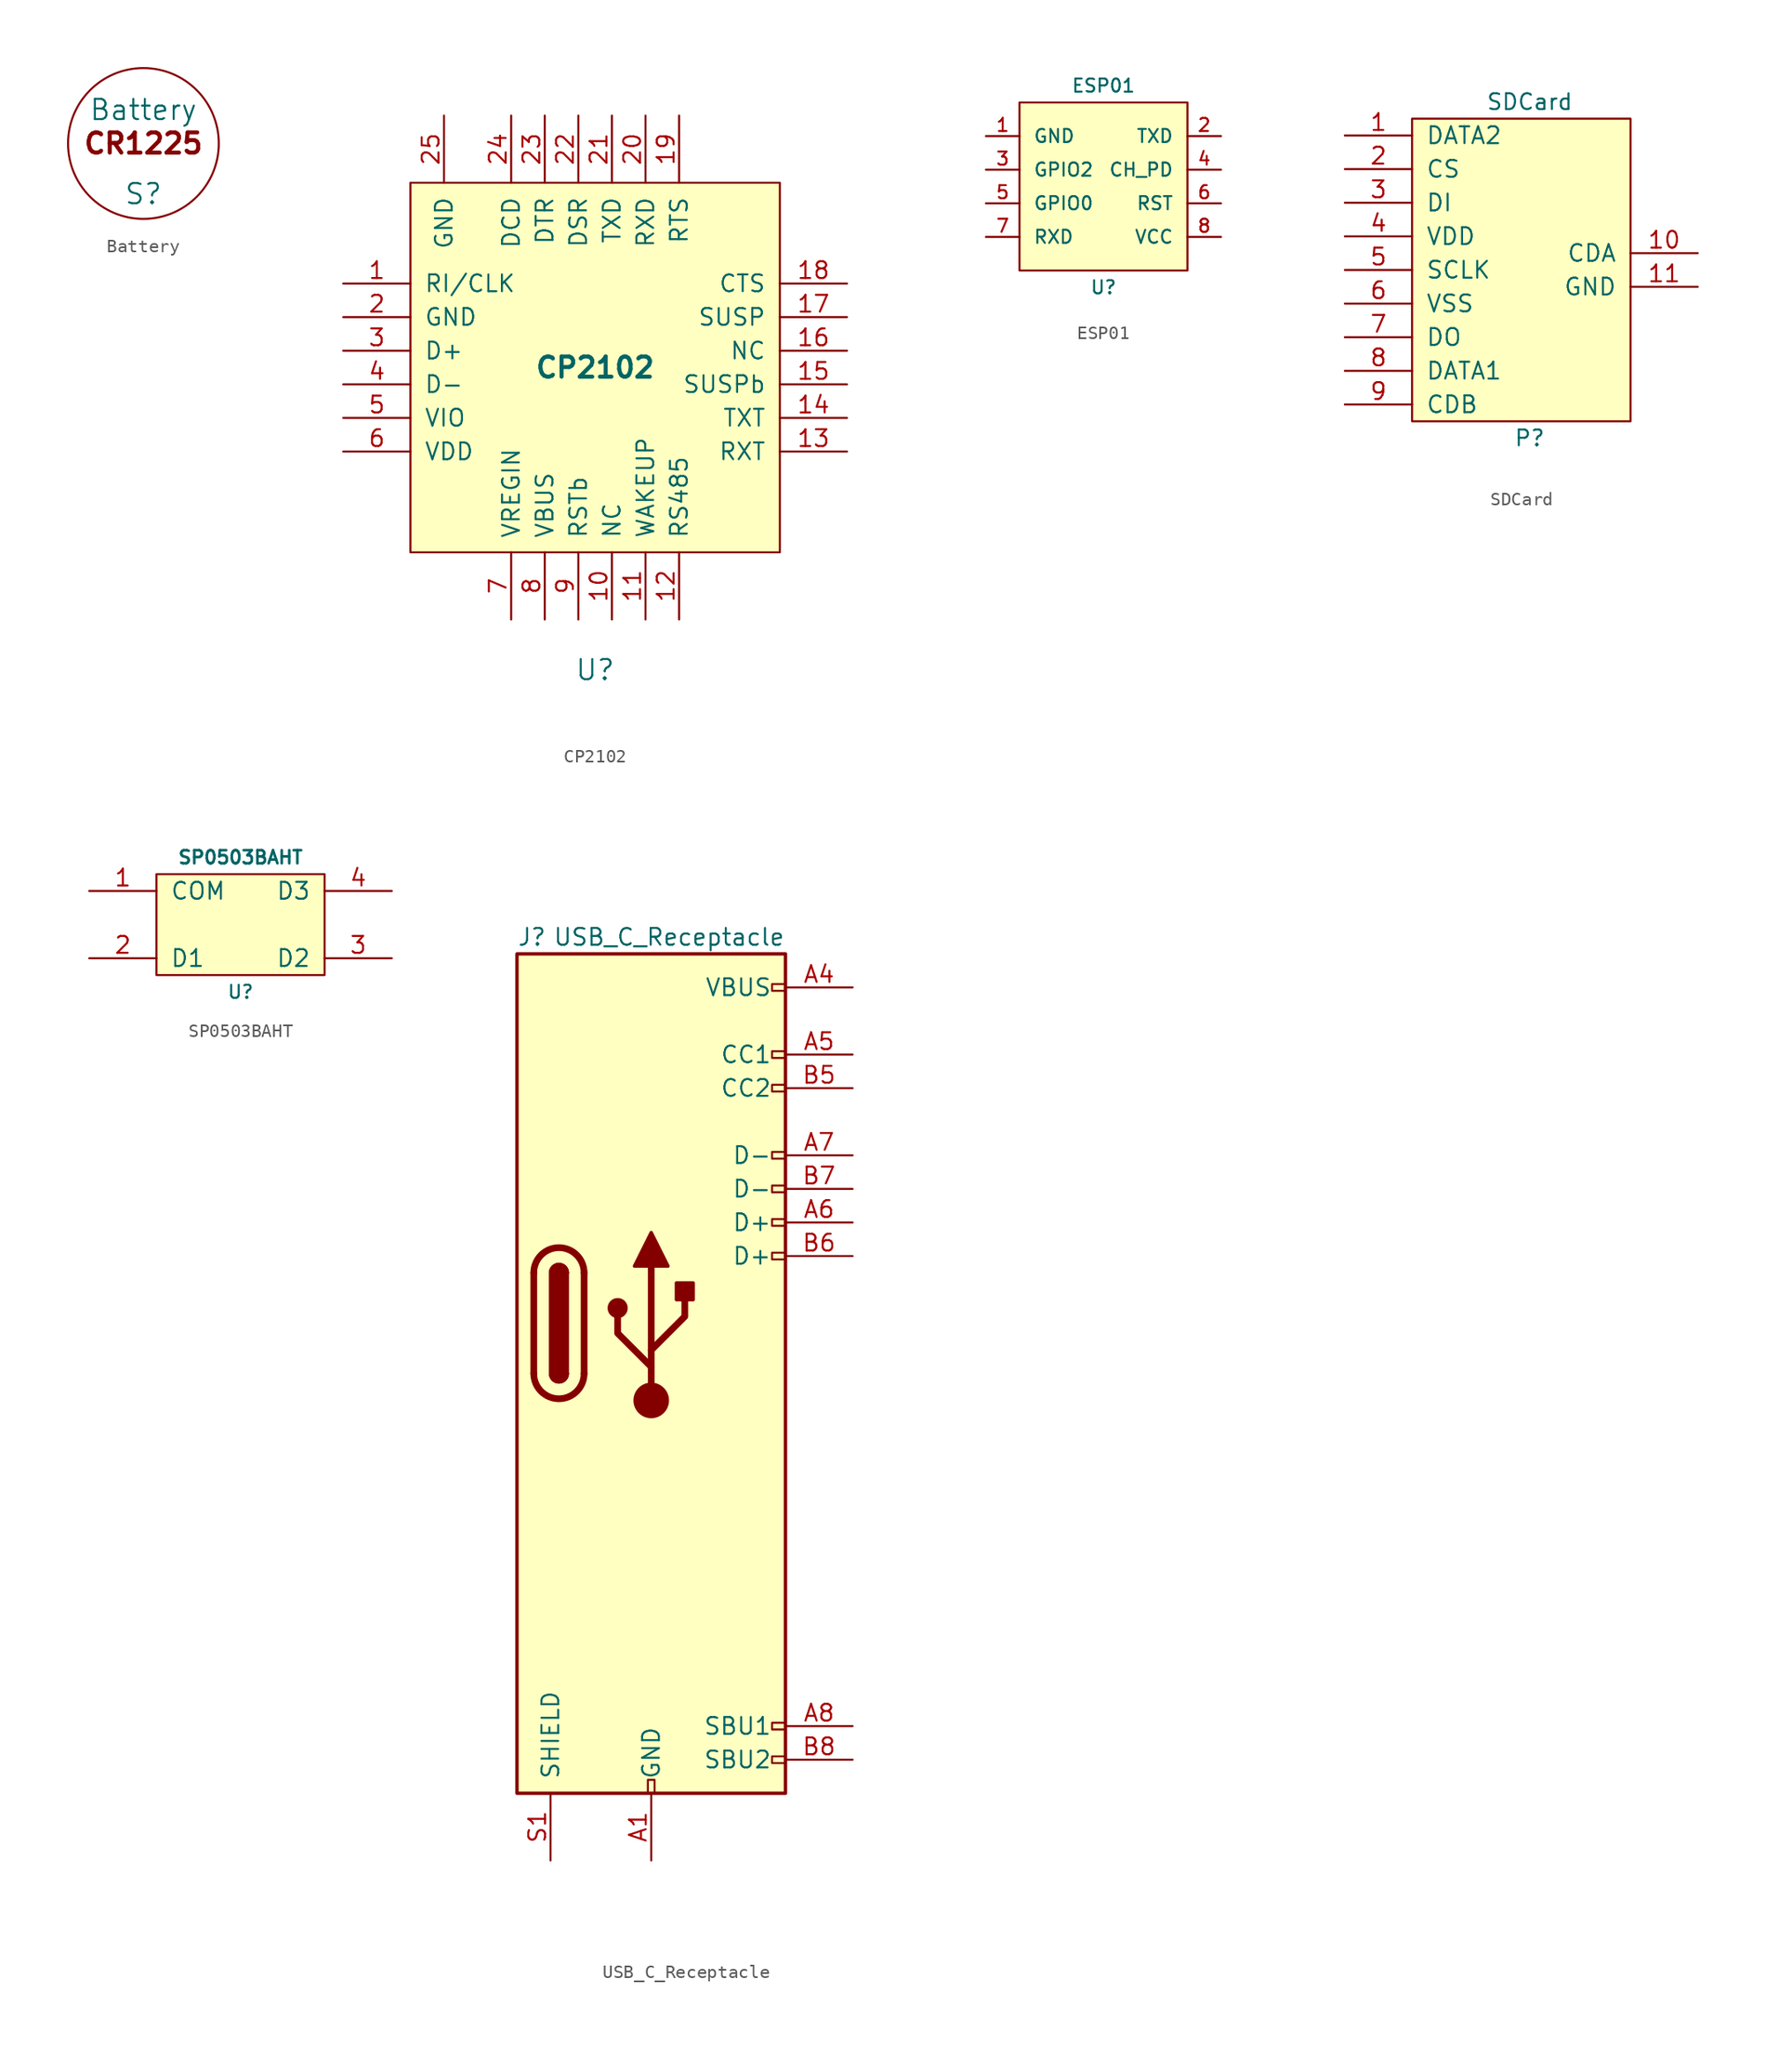
<source format=kicad_sym>
(kicad_symbol_lib
  (version 20220914)
  (generator kicad_symbol_editor)
  (symbol "Battery"
    (pin_names
      (offset 1.016))
    (property "Reference" "S"
      (at 0 -3.81 0)
      (effects (font (size 1.524 1.524))))
    (property "Value" "Battery"
      (at 0 2.54 0)
      (effects (font (size 1.524 1.524))))
    (symbol "Battery_0_0"
      (circle (center 0 0) (radius 5.69) (stroke (width 0) (type default)) (fill (type none)))
      (text "CR1225" (at 0 0 0) (effects (font (size 1.524 1.524) bold)))))
  (symbol "CP2102"
    (pin_names
      (offset 1.016))
    (property "Reference" "U"
      (at 0 -22.86 0)
      (effects (font (size 1.524 1.524))))
    (property "Value" "CP2102"
      (at 0 0 0)
      (effects (font (size 1.524 1.524) bold)))
    (symbol "CP2102_0_1"
      (rectangle (start -13.97 13.97) (end 13.97 -13.97) (stroke (width 0) (type default)) (fill (type background))))
    (symbol "CP2102_1_1"
      (pin input line (at -19.05 6.35 0) (length 5.08) (name "RI/CLK" (effects (font (size 1.27 1.27)))) (number "1" (effects (font (size 1.27 1.27)))))
      (pin input line (at 1.27 -19.05 90) (length 5.08) (name "NC" (effects (font (size 1.27 1.27)))) (number "10" (effects (font (size 1.27 1.27)))))
      (pin input line (at 3.81 -19.05 90) (length 5.08) (name "WAKEUP" (effects (font (size 1.27 1.27)))) (number "11" (effects (font (size 1.27 1.27)))))
      (pin input line (at 6.35 -19.05 90) (length 5.08) (name "RS485" (effects (font (size 1.27 1.27)))) (number "12" (effects (font (size 1.27 1.27)))))
      (pin input line (at 19.05 -6.35 180) (length 5.08) (name "RXT" (effects (font (size 1.27 1.27)))) (number "13" (effects (font (size 1.27 1.27)))))
      (pin input line (at 19.05 -3.81 180) (length 5.08) (name "TXT" (effects (font (size 1.27 1.27)))) (number "14" (effects (font (size 1.27 1.27)))))
      (pin input line (at 19.05 -1.27 180) (length 5.08) (name "SUSPb" (effects (font (size 1.27 1.27)))) (number "15" (effects (font (size 1.27 1.27)))))
      (pin input line (at 19.05 1.27 180) (length 5.08) (name "NC" (effects (font (size 1.27 1.27)))) (number "16" (effects (font (size 1.27 1.27)))))
      (pin input line (at 19.05 3.81 180) (length 5.08) (name "SUSP" (effects (font (size 1.27 1.27)))) (number "17" (effects (font (size 1.27 1.27)))))
      (pin input line (at 19.05 6.35 180) (length 5.08) (name "CTS" (effects (font (size 1.27 1.27)))) (number "18" (effects (font (size 1.27 1.27)))))
      (pin input line (at 6.35 19.05 270) (length 5.08) (name "RTS" (effects (font (size 1.27 1.27)))) (number "19" (effects (font (size 1.27 1.27)))))
      (pin input line (at -19.05 3.81 0) (length 5.08) (name "GND" (effects (font (size 1.27 1.27)))) (number "2" (effects (font (size 1.27 1.27)))))
      (pin input line (at 3.81 19.05 270) (length 5.08) (name "RXD" (effects (font (size 1.27 1.27)))) (number "20" (effects (font (size 1.27 1.27)))))
      (pin input line (at 1.27 19.05 270) (length 5.08) (name "TXD" (effects (font (size 1.27 1.27)))) (number "21" (effects (font (size 1.27 1.27)))))
      (pin input line (at -1.27 19.05 270) (length 5.08) (name "DSR" (effects (font (size 1.27 1.27)))) (number "22" (effects (font (size 1.27 1.27)))))
      (pin input line (at -3.81 19.05 270) (length 5.08) (name "DTR" (effects (font (size 1.27 1.27)))) (number "23" (effects (font (size 1.27 1.27)))))
      (pin input line (at -6.35 19.05 270) (length 5.08) (name "DCD" (effects (font (size 1.27 1.27)))) (number "24" (effects (font (size 1.27 1.27)))))
      (pin input line (at -11.43 19.05 270) (length 5.08) (name "GND" (effects (font (size 1.27 1.27)))) (number "25" (effects (font (size 1.27 1.27)))))
      (pin input line (at -19.05 1.27 0) (length 5.08) (name "D+" (effects (font (size 1.27 1.27)))) (number "3" (effects (font (size 1.27 1.27)))))
      (pin input line (at -19.05 -1.27 0) (length 5.08) (name "D-" (effects (font (size 1.27 1.27)))) (number "4" (effects (font (size 1.27 1.27)))))
      (pin input line (at -19.05 -3.81 0) (length 5.08) (name "VIO" (effects (font (size 1.27 1.27)))) (number "5" (effects (font (size 1.27 1.27)))))
      (pin input line (at -19.05 -6.35 0) (length 5.08) (name "VDD" (effects (font (size 1.27 1.27)))) (number "6" (effects (font (size 1.27 1.27)))))
      (pin input line (at -6.35 -19.05 90) (length 5.08) (name "VREGIN" (effects (font (size 1.27 1.27)))) (number "7" (effects (font (size 1.27 1.27)))))
      (pin input line (at -3.81 -19.05 90) (length 5.08) (name "VBUS" (effects (font (size 1.27 1.27)))) (number "8" (effects (font (size 1.27 1.27)))))
      (pin input line (at -1.27 -19.05 90) (length 5.08) (name "RSTb" (effects (font (size 1.27 1.27)))) (number "9" (effects (font (size 1.27 1.27)))))))
  (symbol "ESP01"
    (pin_names
      (offset 1.016))
    (property "Reference" "U"
      (at 0 -7.62 0)
      (effects (font (size 0.991 0.991))))
    (property "Value" "ESP01"
      (at 0 7.62 0)
      (effects (font (size 0.991 0.991))))
    (symbol "ESP01_0_1"
      (rectangle (start -6.35 6.35) (end 6.35 -6.35) (stroke (width 0) (type default)) (fill (type background))))
    (symbol "ESP01_1_1"
      (pin input line (at -8.89 3.81 0) (length 2.54) (name "GND" (effects (font (size 0.991 0.991)))) (number "1" (effects (font (size 0.991 0.991)))))
      (pin input line (at 8.89 3.81 180) (length 2.54) (name "TXD" (effects (font (size 0.991 0.991)))) (number "2" (effects (font (size 0.991 0.991)))))
      (pin input line (at -8.89 1.27 0) (length 2.54) (name "GPIO2" (effects (font (size 0.991 0.991)))) (number "3" (effects (font (size 0.991 0.991)))))
      (pin input line (at 8.89 1.27 180) (length 2.54) (name "CH_PD" (effects (font (size 0.991 0.991)))) (number "4" (effects (font (size 0.991 0.991)))))
      (pin input line (at -8.89 -1.27 0) (length 2.54) (name "GPIO0" (effects (font (size 0.991 0.991)))) (number "5" (effects (font (size 0.991 0.991)))))
      (pin input line (at 8.89 -1.27 180) (length 2.54) (name "RST" (effects (font (size 0.991 0.991)))) (number "6" (effects (font (size 0.991 0.991)))))
      (pin input line (at -8.89 -3.81 0) (length 2.54) (name "RXD" (effects (font (size 0.991 0.991)))) (number "7" (effects (font (size 0.991 0.991)))))
      (pin input line (at 8.89 -3.81 180) (length 2.54) (name "VCC" (effects (font (size 0.991 0.991)))) (number "8" (effects (font (size 0.991 0.991)))))))
  (symbol "SDCard"
    (pin_names
      (offset 1.016))
    (property "Reference" "P"
      (at 0 -19.05 0)
      (effects (font (size 1.194 1.194))))
    (property "Value" "SDCard"
      (at 0 6.35 0)
      (effects (font (size 1.194 1.194))))
    (symbol "SDCard_0_1"
      (rectangle (start -8.89 5.08) (end 7.62 -17.78) (stroke (width 0) (type default)) (fill (type background))))
    (symbol "SDCard_1_1"
      (pin input line (at -13.97 3.81 0) (length 5.08) (name "DATA2" (effects (font (size 1.27 1.27)))) (number "1" (effects (font (size 1.27 1.27)))))
      (pin input line (at 12.7 -5.08 180) (length 5.08) (name "CDA" (effects (font (size 1.27 1.27)))) (number "10" (effects (font (size 1.27 1.27)))))
      (pin input line (at 12.7 -7.62 180) (length 5.08) (name "GND" (effects (font (size 1.27 1.27)))) (number "11" (effects (font (size 1.27 1.27)))))
      (pin input line (at -13.97 1.27 0) (length 5.08) (name "CS" (effects (font (size 1.27 1.27)))) (number "2" (effects (font (size 1.27 1.27)))))
      (pin input line (at -13.97 -1.27 0) (length 5.08) (name "DI" (effects (font (size 1.27 1.27)))) (number "3" (effects (font (size 1.27 1.27)))))
      (pin input line (at -13.97 -3.81 0) (length 5.08) (name "VDD" (effects (font (size 1.27 1.27)))) (number "4" (effects (font (size 1.27 1.27)))))
      (pin input line (at -13.97 -6.35 0) (length 5.08) (name "SCLK" (effects (font (size 1.27 1.27)))) (number "5" (effects (font (size 1.27 1.27)))))
      (pin input line (at -13.97 -8.89 0) (length 5.08) (name "VSS" (effects (font (size 1.27 1.27)))) (number "6" (effects (font (size 1.27 1.27)))))
      (pin input line (at -13.97 -11.43 0) (length 5.08) (name "DO" (effects (font (size 1.27 1.27)))) (number "7" (effects (font (size 1.27 1.27)))))
      (pin input line (at -13.97 -13.97 0) (length 5.08) (name "DATA1" (effects (font (size 1.27 1.27)))) (number "8" (effects (font (size 1.27 1.27)))))
      (pin input line (at -13.97 -16.51 0) (length 5.08) (name "CDB" (effects (font (size 1.27 1.27)))) (number "9" (effects (font (size 1.27 1.27)))))))
  (symbol "SP0503BAHT"
    (pin_names
      (offset 1.016))
    (property "Reference" "U"
      (at 0 -5.08 0)
      (effects (font (size 0.991 0.991))))
    (property "Value" "SP0503BAHT"
      (at 0 5.08 0)
      (effects (font (size 0.991 0.991) bold)))
    (symbol "SP0503BAHT_0_1"
      (rectangle (start -6.35 3.81) (end 6.35 -3.81) (stroke (width 0) (type default)) (fill (type background))))
    (symbol "SP0503BAHT_1_1"
      (pin input line (at -11.43 2.54 0) (length 5.08) (name "COM" (effects (font (size 1.27 1.27)))) (number "1" (effects (font (size 1.27 1.27)))))
      (pin input line (at -11.43 -2.54 0) (length 5.08) (name "D1" (effects (font (size 1.27 1.27)))) (number "2" (effects (font (size 1.27 1.27)))))
      (pin input line (at 11.43 -2.54 180) (length 5.08) (name "D2" (effects (font (size 1.27 1.27)))) (number "3" (effects (font (size 1.27 1.27)))))
      (pin input line (at 11.43 2.54 180) (length 5.08) (name "D3" (effects (font (size 1.27 1.27)))) (number "4" (effects (font (size 1.27 1.27)))))))
  (symbol "USB_C_Receptacle"
    (pin_names
      (offset 1.016))
    (property "Reference" "J"
      (at -10.16 29.21 0)
      (effects (font (size 1.27 1.27)) (justify left)))
    (property "Value" "USB_C_Receptacle"
      (at 10.16 29.21 0)
      (effects (font (size 1.27 1.27)) (justify right)))
    (symbol "USB_C_Receptacle_0_0"
      (rectangle (start -0.254 -35.56) (end 0.254 -34.544) (stroke (width 0) (type default)) (fill (type none)))
      (rectangle (start 10.16 -32.766) (end 9.144 -33.274) (stroke (width 0) (type default)) (fill (type none)))
      (rectangle (start 10.16 -30.226) (end 9.144 -30.734) (stroke (width 0) (type default)) (fill (type none)))
      (rectangle (start 10.16 5.334) (end 9.144 4.826) (stroke (width 0) (type default)) (fill (type none)))
      (rectangle (start 10.16 7.874) (end 9.144 7.366) (stroke (width 0) (type default)) (fill (type none)))
      (rectangle (start 10.16 10.414) (end 9.144 9.906) (stroke (width 0) (type default)) (fill (type none)))
      (rectangle (start 10.16 12.954) (end 9.144 12.446) (stroke (width 0) (type default)) (fill (type none)))
      (rectangle (start 10.16 18.034) (end 9.144 17.526) (stroke (width 0) (type default)) (fill (type none)))
      (rectangle (start 10.16 20.574) (end 9.144 20.066) (stroke (width 0) (type default)) (fill (type none)))
      (rectangle (start 10.16 25.654) (end 9.144 25.146) (stroke (width 0) (type default)) (fill (type none))))
    (symbol "USB_C_Receptacle_0_1"
      (rectangle (start -10.16 27.94) (end 10.16 -35.56) (stroke (width 0.254) (type default)) (fill (type background)))
      (arc (start -8.89 -3.81) (mid -6.985 -5.7067) (end -5.08 -3.81) (stroke (width 0.508) (type default)) (fill (type none)))
      (arc (start -7.62 -3.81) (mid -6.985 -4.4423) (end -6.35 -3.81) (stroke (width 0.254) (type default)) (fill (type none)))
      (arc (start -7.62 -3.81) (mid -6.985 -4.4423) (end -6.35 -3.81) (stroke (width 0.254) (type default)) (fill (type outline)))
      (rectangle (start -7.62 -3.81) (end -6.35 3.81) (stroke (width 0.254) (type default)) (fill (type outline)))
      (arc (start -6.35 3.81) (mid -6.985 4.4423) (end -7.62 3.81) (stroke (width 0.254) (type default)) (fill (type none)))
      (arc (start -6.35 3.81) (mid -6.985 4.4423) (end -7.62 3.81) (stroke (width 0.254) (type default)) (fill (type outline)))
      (arc (start -5.08 3.81) (mid -6.985 5.7067) (end -8.89 3.81) (stroke (width 0.508) (type default)) (fill (type none)))
      (polyline (pts (xy -8.89 -3.81) (xy -8.89 3.81)) (stroke (width 0.508) (type default)) (fill (type none)))
      (polyline (pts (xy -5.08 3.81) (xy -5.08 -3.81)) (stroke (width 0.508) (type default)) (fill (type none))))
    (symbol "USB_C_Receptacle_1_1"
      (circle (center -2.54 1.143) (radius 0.635) (stroke (width 0.254) (type default)) (fill (type outline)))
      (circle (center 0 -5.842) (radius 1.27) (stroke (width 0) (type default)) (fill (type outline)))
      (polyline (pts (xy 0 -5.842) (xy 0 4.318)) (stroke (width 0.508) (type default)) (fill (type none)))
      (polyline (pts (xy 0 -3.302) (xy -2.54 -0.762) (xy -2.54 0.508)) (stroke (width 0.508) (type default)) (fill (type none)))
      (polyline (pts (xy 0 -2.032) (xy 2.54 0.508) (xy 2.54 1.778)) (stroke (width 0.508) (type default)) (fill (type none)))
      (polyline (pts (xy -1.27 4.318) (xy 0 6.858) (xy 1.27 4.318) (xy -1.27 4.318)) (stroke (width 0.254) (type default)) (fill (type outline)))
      (rectangle (start 1.905 1.778) (end 3.175 3.048) (stroke (width 0.254) (type default)) (fill (type outline)))
      (pin power_in line (at 0 -40.64 90) (length 5.08) (name "GND" (effects (font (size 1.27 1.27)))) (number "A1" (effects (font (size 1.27 1.27)))))
      (pin passive line (at 0 -40.64 90) (length 5.08) hide (name "GND" (effects (font (size 1.27 1.27)))) (number "A12" (effects (font (size 1.27 1.27)))))
      (pin power_in line (at 15.24 25.4 180) (length 5.08) (name "VBUS" (effects (font (size 1.27 1.27)))) (number "A4" (effects (font (size 1.27 1.27)))))
      (pin bidirectional line (at 15.24 20.32 180) (length 5.08) (name "CC1" (effects (font (size 1.27 1.27)))) (number "A5" (effects (font (size 1.27 1.27)))))
      (pin bidirectional line (at 15.24 7.62 180) (length 5.08) (name "D+" (effects (font (size 1.27 1.27)))) (number "A6" (effects (font (size 1.27 1.27)))))
      (pin bidirectional line (at 15.24 12.7 180) (length 5.08) (name "D-" (effects (font (size 1.27 1.27)))) (number "A7" (effects (font (size 1.27 1.27)))))
      (pin bidirectional line (at 15.24 -30.48 180) (length 5.08) (name "SBU1" (effects (font (size 1.27 1.27)))) (number "A8" (effects (font (size 1.27 1.27)))))
      (pin passive line (at 15.24 25.4 180) (length 5.08) hide (name "VBUS" (effects (font (size 1.27 1.27)))) (number "A9" (effects (font (size 1.27 1.27)))))
      (pin passive line (at 0 -40.64 90) (length 5.08) hide (name "GND" (effects (font (size 1.27 1.27)))) (number "B1" (effects (font (size 1.27 1.27)))))
      (pin passive line (at 0 -40.64 90) (length 5.08) hide (name "GND" (effects (font (size 1.27 1.27)))) (number "B12" (effects (font (size 1.27 1.27)))))
      (pin passive line (at 15.24 25.4 180) (length 5.08) hide (name "VBUS" (effects (font (size 1.27 1.27)))) (number "B4" (effects (font (size 1.27 1.27)))))
      (pin bidirectional line (at 15.24 17.78 180) (length 5.08) (name "CC2" (effects (font (size 1.27 1.27)))) (number "B5" (effects (font (size 1.27 1.27)))))
      (pin bidirectional line (at 15.24 5.08 180) (length 5.08) (name "D+" (effects (font (size 1.27 1.27)))) (number "B6" (effects (font (size 1.27 1.27)))))
      (pin bidirectional line (at 15.24 10.16 180) (length 5.08) (name "D-" (effects (font (size 1.27 1.27)))) (number "B7" (effects (font (size 1.27 1.27)))))
      (pin bidirectional line (at 15.24 -33.02 180) (length 5.08) (name "SBU2" (effects (font (size 1.27 1.27)))) (number "B8" (effects (font (size 1.27 1.27)))))
      (pin passive line (at 15.24 25.4 180) (length 5.08) hide (name "VBUS" (effects (font (size 1.27 1.27)))) (number "B9" (effects (font (size 1.27 1.27)))))
      (pin passive line (at -7.62 -40.64 90) (length 5.08) (name "SHIELD" (effects (font (size 1.27 1.27)))) (number "S1" (effects (font (size 1.27 1.27))))))))
</source>
